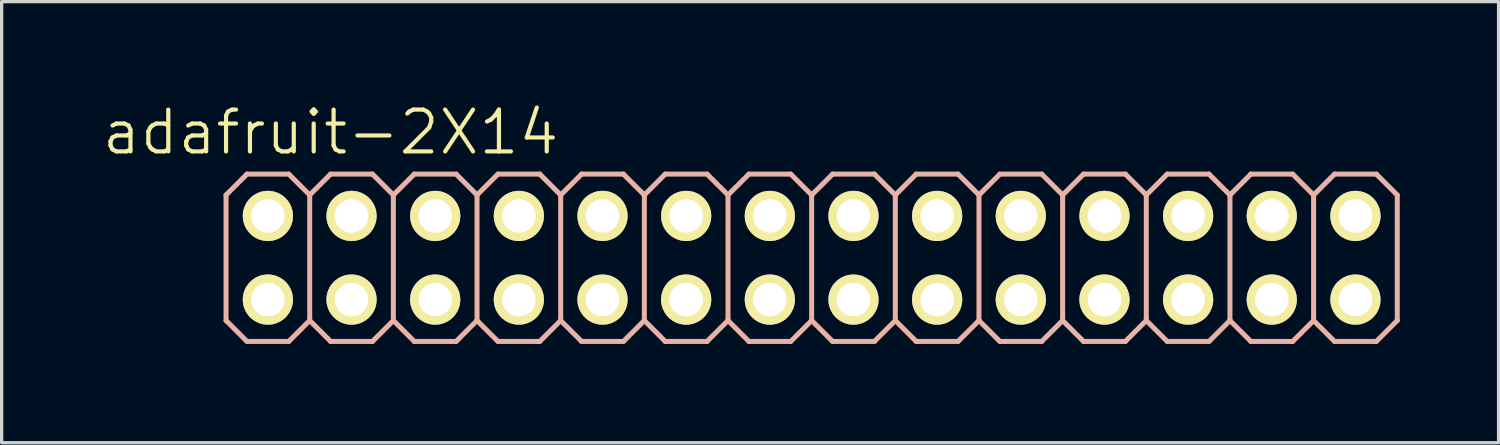
<source format=kicad_pcb>
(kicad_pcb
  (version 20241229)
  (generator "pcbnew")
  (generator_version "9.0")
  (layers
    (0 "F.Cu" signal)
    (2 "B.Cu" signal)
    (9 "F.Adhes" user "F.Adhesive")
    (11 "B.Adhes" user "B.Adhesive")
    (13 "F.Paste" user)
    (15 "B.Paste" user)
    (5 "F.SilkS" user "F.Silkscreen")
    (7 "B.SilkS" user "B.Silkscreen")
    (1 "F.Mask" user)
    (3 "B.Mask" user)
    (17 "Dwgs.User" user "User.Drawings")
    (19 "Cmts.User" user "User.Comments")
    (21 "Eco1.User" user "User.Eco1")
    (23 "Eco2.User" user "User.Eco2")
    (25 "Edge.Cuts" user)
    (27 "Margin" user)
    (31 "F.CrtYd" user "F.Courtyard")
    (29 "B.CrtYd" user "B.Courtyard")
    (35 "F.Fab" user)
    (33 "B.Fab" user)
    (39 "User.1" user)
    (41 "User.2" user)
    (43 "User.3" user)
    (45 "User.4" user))
  (footprint "adafruit-2X14"
    (layer "F.Cu")
    (at 21.593 4.776)
    (property "Reference" "adafruit-2X14" (at -14.605 -3.81 0) (layer "F.SilkS") (effects (font (size 1.27 1.27) (thickness 0.127))))
    (attr exclude_from_pos_files exclude_from_bom)
    (fp_line (start -16.764 -1.524) (end -16.256 -1.524) (stroke (width 0.066) (type solid)) (layer "F.SilkS"))
    (fp_line (start -16.764 -1.016) (end -16.764 -1.524) (stroke (width 0.066) (type solid)) (layer "F.SilkS"))
    (fp_line (start -16.764 -1.016) (end -16.256 -1.016) (stroke (width 0.066) (type solid)) (layer "F.SilkS"))
    (fp_line (start -16.764 1.016) (end -16.256 1.016) (stroke (width 0.066) (type solid)) (layer "F.SilkS"))
    (fp_line (start -16.764 1.524) (end -16.764 1.016) (stroke (width 0.066) (type solid)) (layer "F.SilkS"))
    (fp_line (start -16.764 1.524) (end -16.256 1.524) (stroke (width 0.066) (type solid)) (layer "F.SilkS"))
    (fp_line (start -16.256 -1.016) (end -16.256 -1.524) (stroke (width 0.066) (type solid)) (layer "F.SilkS"))
    (fp_line (start -16.256 1.524) (end -16.256 1.016) (stroke (width 0.066) (type solid)) (layer "F.SilkS"))
    (fp_line (start -14.224 -1.524) (end -13.716 -1.524) (stroke (width 0.066) (type solid)) (layer "F.SilkS"))
    (fp_line (start -14.224 -1.016) (end -14.224 -1.524) (stroke (width 0.066) (type solid)) (layer "F.SilkS"))
    (fp_line (start -14.224 -1.016) (end -13.716 -1.016) (stroke (width 0.066) (type solid)) (layer "F.SilkS"))
    (fp_line (start -14.224 1.016) (end -13.716 1.016) (stroke (width 0.066) (type solid)) (layer "F.SilkS"))
    (fp_line (start -14.224 1.524) (end -14.224 1.016) (stroke (width 0.066) (type solid)) (layer "F.SilkS"))
    (fp_line (start -14.224 1.524) (end -13.716 1.524) (stroke (width 0.066) (type solid)) (layer "F.SilkS"))
    (fp_line (start -13.716 -1.016) (end -13.716 -1.524) (stroke (width 0.066) (type solid)) (layer "F.SilkS"))
    (fp_line (start -13.716 1.524) (end -13.716 1.016) (stroke (width 0.066) (type solid)) (layer "F.SilkS"))
    (fp_line (start -11.684 -1.524) (end -11.176 -1.524) (stroke (width 0.066) (type solid)) (layer "F.SilkS"))
    (fp_line (start -11.684 -1.016) (end -11.684 -1.524) (stroke (width 0.066) (type solid)) (layer "F.SilkS"))
    (fp_line (start -11.684 -1.016) (end -11.176 -1.016) (stroke (width 0.066) (type solid)) (layer "F.SilkS"))
    (fp_line (start -11.684 1.016) (end -11.176 1.016) (stroke (width 0.066) (type solid)) (layer "F.SilkS"))
    (fp_line (start -11.684 1.524) (end -11.684 1.016) (stroke (width 0.066) (type solid)) (layer "F.SilkS"))
    (fp_line (start -11.684 1.524) (end -11.176 1.524) (stroke (width 0.066) (type solid)) (layer "F.SilkS"))
    (fp_line (start -11.176 -1.016) (end -11.176 -1.524) (stroke (width 0.066) (type solid)) (layer "F.SilkS"))
    (fp_line (start -11.176 1.524) (end -11.176 1.016) (stroke (width 0.066) (type solid)) (layer "F.SilkS"))
    (fp_line (start -9.144 -1.524) (end -8.636 -1.524) (stroke (width 0.066) (type solid)) (layer "F.SilkS"))
    (fp_line (start -9.144 -1.016) (end -9.144 -1.524) (stroke (width 0.066) (type solid)) (layer "F.SilkS"))
    (fp_line (start -9.144 -1.016) (end -8.636 -1.016) (stroke (width 0.066) (type solid)) (layer "F.SilkS"))
    (fp_line (start -9.144 1.016) (end -8.636 1.016) (stroke (width 0.066) (type solid)) (layer "F.SilkS"))
    (fp_line (start -9.144 1.524) (end -9.144 1.016) (stroke (width 0.066) (type solid)) (layer "F.SilkS"))
    (fp_line (start -9.144 1.524) (end -8.636 1.524) (stroke (width 0.066) (type solid)) (layer "F.SilkS"))
    (fp_line (start -8.636 -1.016) (end -8.636 -1.524) (stroke (width 0.066) (type solid)) (layer "F.SilkS"))
    (fp_line (start -8.636 1.524) (end -8.636 1.016) (stroke (width 0.066) (type solid)) (layer "F.SilkS"))
    (fp_line (start -6.604 -1.524) (end -6.096 -1.524) (stroke (width 0.066) (type solid)) (layer "F.SilkS"))
    (fp_line (start -6.604 -1.016) (end -6.604 -1.524) (stroke (width 0.066) (type solid)) (layer "F.SilkS"))
    (fp_line (start -6.604 -1.016) (end -6.096 -1.016) (stroke (width 0.066) (type solid)) (layer "F.SilkS"))
    (fp_line (start -6.604 1.016) (end -6.096 1.016) (stroke (width 0.066) (type solid)) (layer "F.SilkS"))
    (fp_line (start -6.604 1.524) (end -6.604 1.016) (stroke (width 0.066) (type solid)) (layer "F.SilkS"))
    (fp_line (start -6.604 1.524) (end -6.096 1.524) (stroke (width 0.066) (type solid)) (layer "F.SilkS"))
    (fp_line (start -6.096 -1.016) (end -6.096 -1.524) (stroke (width 0.066) (type solid)) (layer "F.SilkS"))
    (fp_line (start -6.096 1.524) (end -6.096 1.016) (stroke (width 0.066) (type solid)) (layer "F.SilkS"))
    (fp_line (start -4.064 -1.524) (end -3.556 -1.524) (stroke (width 0.066) (type solid)) (layer "F.SilkS"))
    (fp_line (start -4.064 -1.016) (end -4.064 -1.524) (stroke (width 0.066) (type solid)) (layer "F.SilkS"))
    (fp_line (start -4.064 -1.016) (end -3.556 -1.016) (stroke (width 0.066) (type solid)) (layer "F.SilkS"))
    (fp_line (start -4.064 1.016) (end -3.556 1.016) (stroke (width 0.066) (type solid)) (layer "F.SilkS"))
    (fp_line (start -4.064 1.524) (end -4.064 1.016) (stroke (width 0.066) (type solid)) (layer "F.SilkS"))
    (fp_line (start -4.064 1.524) (end -3.556 1.524) (stroke (width 0.066) (type solid)) (layer "F.SilkS"))
    (fp_line (start -3.556 -1.016) (end -3.556 -1.524) (stroke (width 0.066) (type solid)) (layer "F.SilkS"))
    (fp_line (start -3.556 1.524) (end -3.556 1.016) (stroke (width 0.066) (type solid)) (layer "F.SilkS"))
    (fp_line (start -1.524 -1.524) (end -1.016 -1.524) (stroke (width 0.066) (type solid)) (layer "F.SilkS"))
    (fp_line (start -1.524 -1.016) (end -1.524 -1.524) (stroke (width 0.066) (type solid)) (layer "F.SilkS"))
    (fp_line (start -1.524 -1.016) (end -1.016 -1.016) (stroke (width 0.066) (type solid)) (layer "F.SilkS"))
    (fp_line (start -1.524 1.016) (end -1.016 1.016) (stroke (width 0.066) (type solid)) (layer "F.SilkS"))
    (fp_line (start -1.524 1.524) (end -1.524 1.016) (stroke (width 0.066) (type solid)) (layer "F.SilkS"))
    (fp_line (start -1.524 1.524) (end -1.016 1.524) (stroke (width 0.066) (type solid)) (layer "F.SilkS"))
    (fp_line (start -1.016 -1.016) (end -1.016 -1.524) (stroke (width 0.066) (type solid)) (layer "F.SilkS"))
    (fp_line (start -1.016 1.524) (end -1.016 1.016) (stroke (width 0.066) (type solid)) (layer "F.SilkS"))
    (fp_line (start 1.016 -1.524) (end 1.524 -1.524) (stroke (width 0.066) (type solid)) (layer "F.SilkS"))
    (fp_line (start 1.016 -1.016) (end 1.016 -1.524) (stroke (width 0.066) (type solid)) (layer "F.SilkS"))
    (fp_line (start 1.016 -1.016) (end 1.524 -1.016) (stroke (width 0.066) (type solid)) (layer "F.SilkS"))
    (fp_line (start 1.016 1.016) (end 1.524 1.016) (stroke (width 0.066) (type solid)) (layer "F.SilkS"))
    (fp_line (start 1.016 1.524) (end 1.016 1.016) (stroke (width 0.066) (type solid)) (layer "F.SilkS"))
    (fp_line (start 1.016 1.524) (end 1.524 1.524) (stroke (width 0.066) (type solid)) (layer "F.SilkS"))
    (fp_line (start 1.524 -1.016) (end 1.524 -1.524) (stroke (width 0.066) (type solid)) (layer "F.SilkS"))
    (fp_line (start 1.524 1.524) (end 1.524 1.016) (stroke (width 0.066) (type solid)) (layer "F.SilkS"))
    (fp_line (start 3.556 -1.524) (end 4.064 -1.524) (stroke (width 0.066) (type solid)) (layer "F.SilkS"))
    (fp_line (start 3.556 -1.016) (end 3.556 -1.524) (stroke (width 0.066) (type solid)) (layer "F.SilkS"))
    (fp_line (start 3.556 -1.016) (end 4.064 -1.016) (stroke (width 0.066) (type solid)) (layer "F.SilkS"))
    (fp_line (start 3.556 1.016) (end 4.064 1.016) (stroke (width 0.066) (type solid)) (layer "F.SilkS"))
    (fp_line (start 3.556 1.524) (end 3.556 1.016) (stroke (width 0.066) (type solid)) (layer "F.SilkS"))
    (fp_line (start 3.556 1.524) (end 4.064 1.524) (stroke (width 0.066) (type solid)) (layer "F.SilkS"))
    (fp_line (start 4.064 -1.016) (end 4.064 -1.524) (stroke (width 0.066) (type solid)) (layer "F.SilkS"))
    (fp_line (start 4.064 1.524) (end 4.064 1.016) (stroke (width 0.066) (type solid)) (layer "F.SilkS"))
    (fp_line (start 6.096 -1.524) (end 6.604 -1.524) (stroke (width 0.066) (type solid)) (layer "F.SilkS"))
    (fp_line (start 6.096 -1.016) (end 6.096 -1.524) (stroke (width 0.066) (type solid)) (layer "F.SilkS"))
    (fp_line (start 6.096 -1.016) (end 6.604 -1.016) (stroke (width 0.066) (type solid)) (layer "F.SilkS"))
    (fp_line (start 6.096 1.016) (end 6.604 1.016) (stroke (width 0.066) (type solid)) (layer "F.SilkS"))
    (fp_line (start 6.096 1.524) (end 6.096 1.016) (stroke (width 0.066) (type solid)) (layer "F.SilkS"))
    (fp_line (start 6.096 1.524) (end 6.604 1.524) (stroke (width 0.066) (type solid)) (layer "F.SilkS"))
    (fp_line (start 6.604 -1.016) (end 6.604 -1.524) (stroke (width 0.066) (type solid)) (layer "F.SilkS"))
    (fp_line (start 6.604 1.524) (end 6.604 1.016) (stroke (width 0.066) (type solid)) (layer "F.SilkS"))
    (fp_line (start 8.636 -1.524) (end 9.144 -1.524) (stroke (width 0.066) (type solid)) (layer "F.SilkS"))
    (fp_line (start 8.636 -1.016) (end 8.636 -1.524) (stroke (width 0.066) (type solid)) (layer "F.SilkS"))
    (fp_line (start 8.636 -1.016) (end 9.144 -1.016) (stroke (width 0.066) (type solid)) (layer "F.SilkS"))
    (fp_line (start 8.636 1.016) (end 9.144 1.016) (stroke (width 0.066) (type solid)) (layer "F.SilkS"))
    (fp_line (start 8.636 1.524) (end 8.636 1.016) (stroke (width 0.066) (type solid)) (layer "F.SilkS"))
    (fp_line (start 8.636 1.524) (end 9.144 1.524) (stroke (width 0.066) (type solid)) (layer "F.SilkS"))
    (fp_line (start 9.144 -1.016) (end 9.144 -1.524) (stroke (width 0.066) (type solid)) (layer "F.SilkS"))
    (fp_line (start 9.144 1.524) (end 9.144 1.016) (stroke (width 0.066) (type solid)) (layer "F.SilkS"))
    (fp_line (start 11.176 -1.524) (end 11.684 -1.524) (stroke (width 0.066) (type solid)) (layer "F.SilkS"))
    (fp_line (start 11.176 -1.016) (end 11.176 -1.524) (stroke (width 0.066) (type solid)) (layer "F.SilkS"))
    (fp_line (start 11.176 -1.016) (end 11.684 -1.016) (stroke (width 0.066) (type solid)) (layer "F.SilkS"))
    (fp_line (start 11.176 1.016) (end 11.684 1.016) (stroke (width 0.066) (type solid)) (layer "F.SilkS"))
    (fp_line (start 11.176 1.524) (end 11.176 1.016) (stroke (width 0.066) (type solid)) (layer "F.SilkS"))
    (fp_line (start 11.176 1.524) (end 11.684 1.524) (stroke (width 0.066) (type solid)) (layer "F.SilkS"))
    (fp_line (start 11.684 -1.016) (end 11.684 -1.524) (stroke (width 0.066) (type solid)) (layer "F.SilkS"))
    (fp_line (start 11.684 1.524) (end 11.684 1.016) (stroke (width 0.066) (type solid)) (layer "F.SilkS"))
    (fp_line (start 13.716 -1.524) (end 14.224 -1.524) (stroke (width 0.066) (type solid)) (layer "F.SilkS"))
    (fp_line (start 13.716 -1.016) (end 13.716 -1.524) (stroke (width 0.066) (type solid)) (layer "F.SilkS"))
    (fp_line (start 13.716 -1.016) (end 14.224 -1.016) (stroke (width 0.066) (type solid)) (layer "F.SilkS"))
    (fp_line (start 13.716 1.016) (end 14.224 1.016) (stroke (width 0.066) (type solid)) (layer "F.SilkS"))
    (fp_line (start 13.716 1.524) (end 13.716 1.016) (stroke (width 0.066) (type solid)) (layer "F.SilkS"))
    (fp_line (start 13.716 1.524) (end 14.224 1.524) (stroke (width 0.066) (type solid)) (layer "F.SilkS"))
    (fp_line (start 14.224 -1.016) (end 14.224 -1.524) (stroke (width 0.066) (type solid)) (layer "F.SilkS"))
    (fp_line (start 14.224 1.524) (end 14.224 1.016) (stroke (width 0.066) (type solid)) (layer "F.SilkS"))
    (fp_line (start 16.256 -1.524) (end 16.764 -1.524) (stroke (width 0.066) (type solid)) (layer "F.SilkS"))
    (fp_line (start 16.256 -1.016) (end 16.256 -1.524) (stroke (width 0.066) (type solid)) (layer "F.SilkS"))
    (fp_line (start 16.256 -1.016) (end 16.764 -1.016) (stroke (width 0.066) (type solid)) (layer "F.SilkS"))
    (fp_line (start 16.256 1.016) (end 16.764 1.016) (stroke (width 0.066) (type solid)) (layer "F.SilkS"))
    (fp_line (start 16.256 1.524) (end 16.256 1.016) (stroke (width 0.066) (type solid)) (layer "F.SilkS"))
    (fp_line (start 16.256 1.524) (end 16.764 1.524) (stroke (width 0.066) (type solid)) (layer "F.SilkS"))
    (fp_line (start 16.764 -1.016) (end 16.764 -1.524) (stroke (width 0.066) (type solid)) (layer "F.SilkS"))
    (fp_line (start 16.764 1.524) (end 16.764 1.016) (stroke (width 0.066) (type solid)) (layer "F.SilkS"))
    (fp_line (start -17.78 -1.905) (end -17.145 -2.54) (stroke (width 0.152) (type solid)) (layer "B.SilkS"))
    (fp_line (start -17.78 1.905) (end -17.78 -1.905) (stroke (width 0.152) (type solid)) (layer "B.SilkS"))
    (fp_line (start -17.78 1.905) (end -17.145 2.54) (stroke (width 0.152) (type solid)) (layer "B.SilkS"))
    (fp_line (start -17.145 -2.54) (end -15.875 -2.54) (stroke (width 0.152) (type solid)) (layer "B.SilkS"))
    (fp_line (start -17.145 2.54) (end -15.875 2.54) (stroke (width 0.152) (type solid)) (layer "B.SilkS"))
    (fp_line (start -15.875 -2.54) (end -15.24 -1.905) (stroke (width 0.152) (type solid)) (layer "B.SilkS"))
    (fp_line (start -15.875 2.54) (end -15.24 1.905) (stroke (width 0.152) (type solid)) (layer "B.SilkS"))
    (fp_line (start -15.24 -1.905) (end -15.24 1.905) (stroke (width 0.152) (type solid)) (layer "B.SilkS"))
    (fp_line (start -15.24 -1.905) (end -14.605 -2.54) (stroke (width 0.152) (type solid)) (layer "B.SilkS"))
    (fp_line (start -15.24 1.905) (end -14.605 2.54) (stroke (width 0.152) (type solid)) (layer "B.SilkS"))
    (fp_line (start -14.605 -2.54) (end -13.335 -2.54) (stroke (width 0.152) (type solid)) (layer "B.SilkS"))
    (fp_line (start -14.605 2.54) (end -13.335 2.54) (stroke (width 0.152) (type solid)) (layer "B.SilkS"))
    (fp_line (start -13.335 -2.54) (end -12.7 -1.905) (stroke (width 0.152) (type solid)) (layer "B.SilkS"))
    (fp_line (start -13.335 2.54) (end -12.7 1.905) (stroke (width 0.152) (type solid)) (layer "B.SilkS"))
    (fp_line (start -12.7 -1.905) (end -12.7 1.905) (stroke (width 0.152) (type solid)) (layer "B.SilkS"))
    (fp_line (start -12.7 -1.905) (end -12.065 -2.54) (stroke (width 0.152) (type solid)) (layer "B.SilkS"))
    (fp_line (start -12.7 1.905) (end -12.065 2.54) (stroke (width 0.152) (type solid)) (layer "B.SilkS"))
    (fp_line (start -12.065 -2.54) (end -10.795 -2.54) (stroke (width 0.152) (type solid)) (layer "B.SilkS"))
    (fp_line (start -12.065 2.54) (end -10.795 2.54) (stroke (width 0.152) (type solid)) (layer "B.SilkS"))
    (fp_line (start -10.795 -2.54) (end -10.16 -1.905) (stroke (width 0.152) (type solid)) (layer "B.SilkS"))
    (fp_line (start -10.795 2.54) (end -10.16 1.905) (stroke (width 0.152) (type solid)) (layer "B.SilkS"))
    (fp_line (start -10.16 -1.905) (end -10.16 1.905) (stroke (width 0.152) (type solid)) (layer "B.SilkS"))
    (fp_line (start -10.16 -1.905) (end -9.525 -2.54) (stroke (width 0.152) (type solid)) (layer "B.SilkS"))
    (fp_line (start -10.16 1.905) (end -9.525 2.54) (stroke (width 0.152) (type solid)) (layer "B.SilkS"))
    (fp_line (start -9.525 -2.54) (end -8.255 -2.54) (stroke (width 0.152) (type solid)) (layer "B.SilkS"))
    (fp_line (start -9.525 2.54) (end -8.255 2.54) (stroke (width 0.152) (type solid)) (layer "B.SilkS"))
    (fp_line (start -8.255 -2.54) (end -7.62 -1.905) (stroke (width 0.152) (type solid)) (layer "B.SilkS"))
    (fp_line (start -8.255 2.54) (end -7.62 1.905) (stroke (width 0.152) (type solid)) (layer "B.SilkS"))
    (fp_line (start -7.62 -1.905) (end -7.62 1.905) (stroke (width 0.152) (type solid)) (layer "B.SilkS"))
    (fp_line (start -7.62 -1.905) (end -6.985 -2.54) (stroke (width 0.152) (type solid)) (layer "B.SilkS"))
    (fp_line (start -7.62 1.905) (end -6.985 2.54) (stroke (width 0.152) (type solid)) (layer "B.SilkS"))
    (fp_line (start -6.985 -2.54) (end -5.715 -2.54) (stroke (width 0.152) (type solid)) (layer "B.SilkS"))
    (fp_line (start -6.985 2.54) (end -5.715 2.54) (stroke (width 0.152) (type solid)) (layer "B.SilkS"))
    (fp_line (start -5.715 -2.54) (end -5.08 -1.905) (stroke (width 0.152) (type solid)) (layer "B.SilkS"))
    (fp_line (start -5.715 2.54) (end -5.08 1.905) (stroke (width 0.152) (type solid)) (layer "B.SilkS"))
    (fp_line (start -5.08 -1.905) (end -5.08 1.905) (stroke (width 0.152) (type solid)) (layer "B.SilkS"))
    (fp_line (start -5.08 -1.905) (end -4.445 -2.54) (stroke (width 0.152) (type solid)) (layer "B.SilkS"))
    (fp_line (start -5.08 1.905) (end -4.445 2.54) (stroke (width 0.152) (type solid)) (layer "B.SilkS"))
    (fp_line (start -4.445 -2.54) (end -3.175 -2.54) (stroke (width 0.152) (type solid)) (layer "B.SilkS"))
    (fp_line (start -4.445 2.54) (end -3.175 2.54) (stroke (width 0.152) (type solid)) (layer "B.SilkS"))
    (fp_line (start -3.175 -2.54) (end -2.54 -1.905) (stroke (width 0.152) (type solid)) (layer "B.SilkS"))
    (fp_line (start -3.175 2.54) (end -2.54 1.905) (stroke (width 0.152) (type solid)) (layer "B.SilkS"))
    (fp_line (start -2.54 -1.905) (end -2.54 1.905) (stroke (width 0.152) (type solid)) (layer "B.SilkS"))
    (fp_line (start -2.54 -1.905) (end -1.905 -2.54) (stroke (width 0.152) (type solid)) (layer "B.SilkS"))
    (fp_line (start -2.54 1.905) (end -1.905 2.54) (stroke (width 0.152) (type solid)) (layer "B.SilkS"))
    (fp_line (start -1.905 -2.54) (end -0.635 -2.54) (stroke (width 0.152) (type solid)) (layer "B.SilkS"))
    (fp_line (start -0.635 -2.54) (end 0 -1.905) (stroke (width 0.152) (type solid)) (layer "B.SilkS"))
    (fp_line (start -0.635 2.54) (end -1.905 2.54) (stroke (width 0.152) (type solid)) (layer "B.SilkS"))
    (fp_line (start 0 -1.905) (end 0 1.905) (stroke (width 0.152) (type solid)) (layer "B.SilkS"))
    (fp_line (start 0 -1.905) (end 0.635 -2.54) (stroke (width 0.152) (type solid)) (layer "B.SilkS"))
    (fp_line (start 0 1.905) (end -0.635 2.54) (stroke (width 0.152) (type solid)) (layer "B.SilkS"))
    (fp_line (start 0 1.905) (end 0.635 2.54) (stroke (width 0.152) (type solid)) (layer "B.SilkS"))
    (fp_line (start 0.635 -2.54) (end 1.905 -2.54) (stroke (width 0.152) (type solid)) (layer "B.SilkS"))
    (fp_line (start 1.905 -2.54) (end 2.54 -1.905) (stroke (width 0.152) (type solid)) (layer "B.SilkS"))
    (fp_line (start 1.905 2.54) (end 0.635 2.54) (stroke (width 0.152) (type solid)) (layer "B.SilkS"))
    (fp_line (start 2.54 -1.905) (end 2.54 1.905) (stroke (width 0.152) (type solid)) (layer "B.SilkS"))
    (fp_line (start 2.54 -1.905) (end 3.175 -2.54) (stroke (width 0.152) (type solid)) (layer "B.SilkS"))
    (fp_line (start 2.54 1.905) (end 1.905 2.54) (stroke (width 0.152) (type solid)) (layer "B.SilkS"))
    (fp_line (start 2.54 1.905) (end 3.175 2.54) (stroke (width 0.152) (type solid)) (layer "B.SilkS"))
    (fp_line (start 3.175 -2.54) (end 4.445 -2.54) (stroke (width 0.152) (type solid)) (layer "B.SilkS"))
    (fp_line (start 4.445 -2.54) (end 5.08 -1.905) (stroke (width 0.152) (type solid)) (layer "B.SilkS"))
    (fp_line (start 4.445 2.54) (end 3.175 2.54) (stroke (width 0.152) (type solid)) (layer "B.SilkS"))
    (fp_line (start 5.08 -1.905) (end 5.08 1.905) (stroke (width 0.152) (type solid)) (layer "B.SilkS"))
    (fp_line (start 5.08 -1.905) (end 5.715 -2.54) (stroke (width 0.152) (type solid)) (layer "B.SilkS"))
    (fp_line (start 5.08 1.905) (end 4.445 2.54) (stroke (width 0.152) (type solid)) (layer "B.SilkS"))
    (fp_line (start 5.08 1.905) (end 5.715 2.54) (stroke (width 0.152) (type solid)) (layer "B.SilkS"))
    (fp_line (start 5.715 -2.54) (end 6.985 -2.54) (stroke (width 0.152) (type solid)) (layer "B.SilkS"))
    (fp_line (start 6.985 -2.54) (end 7.62 -1.905) (stroke (width 0.152) (type solid)) (layer "B.SilkS"))
    (fp_line (start 6.985 2.54) (end 5.715 2.54) (stroke (width 0.152) (type solid)) (layer "B.SilkS"))
    (fp_line (start 7.62 -1.905) (end 7.62 1.905) (stroke (width 0.152) (type solid)) (layer "B.SilkS"))
    (fp_line (start 7.62 -1.905) (end 8.255 -2.54) (stroke (width 0.152) (type solid)) (layer "B.SilkS"))
    (fp_line (start 7.62 1.905) (end 6.985 2.54) (stroke (width 0.152) (type solid)) (layer "B.SilkS"))
    (fp_line (start 7.62 1.905) (end 8.255 2.54) (stroke (width 0.152) (type solid)) (layer "B.SilkS"))
    (fp_line (start 8.255 -2.54) (end 9.525 -2.54) (stroke (width 0.152) (type solid)) (layer "B.SilkS"))
    (fp_line (start 9.525 -2.54) (end 10.16 -1.905) (stroke (width 0.152) (type solid)) (layer "B.SilkS"))
    (fp_line (start 9.525 2.54) (end 8.255 2.54) (stroke (width 0.152) (type solid)) (layer "B.SilkS"))
    (fp_line (start 10.16 -1.905) (end 10.16 1.905) (stroke (width 0.152) (type solid)) (layer "B.SilkS"))
    (fp_line (start 10.16 -1.905) (end 10.795 -2.54) (stroke (width 0.152) (type solid)) (layer "B.SilkS"))
    (fp_line (start 10.16 1.905) (end 9.525 2.54) (stroke (width 0.152) (type solid)) (layer "B.SilkS"))
    (fp_line (start 10.16 1.905) (end 10.795 2.54) (stroke (width 0.152) (type solid)) (layer "B.SilkS"))
    (fp_line (start 10.795 -2.54) (end 12.065 -2.54) (stroke (width 0.152) (type solid)) (layer "B.SilkS"))
    (fp_line (start 12.065 2.54) (end 10.795 2.54) (stroke (width 0.152) (type solid)) (layer "B.SilkS"))
    (fp_line (start 12.7 -1.905) (end 12.065 -2.54) (stroke (width 0.152) (type solid)) (layer "B.SilkS"))
    (fp_line (start 12.7 -1.905) (end 12.7 1.905) (stroke (width 0.152) (type solid)) (layer "B.SilkS"))
    (fp_line (start 12.7 -1.905) (end 13.335 -2.54) (stroke (width 0.152) (type solid)) (layer "B.SilkS"))
    (fp_line (start 12.7 1.905) (end 12.065 2.54) (stroke (width 0.152) (type solid)) (layer "B.SilkS"))
    (fp_line (start 12.7 1.905) (end 13.335 2.54) (stroke (width 0.152) (type solid)) (layer "B.SilkS"))
    (fp_line (start 14.605 -2.54) (end 13.335 -2.54) (stroke (width 0.152) (type solid)) (layer "B.SilkS"))
    (fp_line (start 14.605 -2.54) (end 15.24 -1.905) (stroke (width 0.152) (type solid)) (layer "B.SilkS"))
    (fp_line (start 14.605 2.54) (end 13.335 2.54) (stroke (width 0.152) (type solid)) (layer "B.SilkS"))
    (fp_line (start 15.24 -1.905) (end 15.24 1.905) (stroke (width 0.152) (type solid)) (layer "B.SilkS"))
    (fp_line (start 15.24 -1.905) (end 15.875 -2.54) (stroke (width 0.152) (type solid)) (layer "B.SilkS"))
    (fp_line (start 15.24 1.905) (end 14.605 2.54) (stroke (width 0.152) (type solid)) (layer "B.SilkS"))
    (fp_line (start 15.24 1.905) (end 15.875 2.54) (stroke (width 0.152) (type solid)) (layer "B.SilkS"))
    (fp_line (start 17.145 -2.54) (end 15.875 -2.54) (stroke (width 0.152) (type solid)) (layer "B.SilkS"))
    (fp_line (start 17.145 -2.54) (end 17.78 -1.905) (stroke (width 0.152) (type solid)) (layer "B.SilkS"))
    (fp_line (start 17.145 2.54) (end 15.875 2.54) (stroke (width 0.152) (type solid)) (layer "B.SilkS"))
    (fp_line (start 17.78 -1.905) (end 17.78 1.905) (stroke (width 0.152) (type solid)) (layer "B.SilkS"))
    (fp_line (start 17.78 1.905) (end 17.145 2.54) (stroke (width 0.152) (type solid)) (layer "B.SilkS"))
    (pad "1" thru_hole circle (at -16.51 1.27) (size 1.524 1.524) (drill 1.016) (layers "*.Cu" "F.Mask" "F.SilkS" "F.Paste"))
    (pad "2" thru_hole circle (at -16.51 -1.27) (size 1.524 1.524) (drill 1.016) (layers "*.Cu" "F.Mask" "F.SilkS" "F.Paste"))
    (pad "3" thru_hole circle (at -13.97 1.27) (size 1.524 1.524) (drill 1.016) (layers "*.Cu" "F.Mask" "F.SilkS" "F.Paste"))
    (pad "4" thru_hole circle (at -13.97 -1.27) (size 1.524 1.524) (drill 1.016) (layers "*.Cu" "F.Mask" "F.SilkS" "F.Paste"))
    (pad "5" thru_hole circle (at -11.43 1.27) (size 1.524 1.524) (drill 1.016) (layers "*.Cu" "F.Mask" "F.SilkS" "F.Paste"))
    (pad "6" thru_hole circle (at -11.43 -1.27) (size 1.524 1.524) (drill 1.016) (layers "*.Cu" "F.Mask" "F.SilkS" "F.Paste"))
    (pad "7" thru_hole circle (at -8.89 1.27) (size 1.524 1.524) (drill 1.016) (layers "*.Cu" "F.Mask" "F.SilkS" "F.Paste"))
    (pad "8" thru_hole circle (at -8.89 -1.27) (size 1.524 1.524) (drill 1.016) (layers "*.Cu" "F.Mask" "F.SilkS" "F.Paste"))
    (pad "9" thru_hole circle (at -6.35 1.27) (size 1.524 1.524) (drill 1.016) (layers "*.Cu" "F.Mask" "F.SilkS" "F.Paste"))
    (pad "10" thru_hole circle (at -6.35 -1.27) (size 1.524 1.524) (drill 1.016) (layers "*.Cu" "F.Mask" "F.SilkS" "F.Paste"))
    (pad "11" thru_hole circle (at -3.81 1.27) (size 1.524 1.524) (drill 1.016) (layers "*.Cu" "F.Mask" "F.SilkS" "F.Paste"))
    (pad "12" thru_hole circle (at -3.81 -1.27) (size 1.524 1.524) (drill 1.016) (layers "*.Cu" "F.Mask" "F.SilkS" "F.Paste"))
    (pad "13" thru_hole circle (at -1.27 1.27) (size 1.524 1.524) (drill 1.016) (layers "*.Cu" "F.Mask" "F.SilkS" "F.Paste"))
    (pad "14" thru_hole circle (at -1.27 -1.27) (size 1.524 1.524) (drill 1.016) (layers "*.Cu" "F.Mask" "F.SilkS" "F.Paste"))
    (pad "15" thru_hole circle (at 1.27 1.27) (size 1.524 1.524) (drill 1.016) (layers "*.Cu" "F.Mask" "F.SilkS" "F.Paste"))
    (pad "16" thru_hole circle (at 1.27 -1.27) (size 1.524 1.524) (drill 1.016) (layers "*.Cu" "F.Mask" "F.SilkS" "F.Paste"))
    (pad "17" thru_hole circle (at 3.81 1.27) (size 1.524 1.524) (drill 1.016) (layers "*.Cu" "F.Mask" "F.SilkS" "F.Paste"))
    (pad "18" thru_hole circle (at 3.81 -1.27) (size 1.524 1.524) (drill 1.016) (layers "*.Cu" "F.Mask" "F.SilkS" "F.Paste"))
    (pad "19" thru_hole circle (at 6.35 1.27) (size 1.524 1.524) (drill 1.016) (layers "*.Cu" "F.Mask" "F.SilkS" "F.Paste"))
    (pad "20" thru_hole circle (at 6.35 -1.27) (size 1.524 1.524) (drill 1.016) (layers "*.Cu" "F.Mask" "F.SilkS" "F.Paste"))
    (pad "21" thru_hole circle (at 8.89 1.27) (size 1.524 1.524) (drill 1.016) (layers "*.Cu" "F.Mask" "F.SilkS" "F.Paste"))
    (pad "22" thru_hole circle (at 8.89 -1.27) (size 1.524 1.524) (drill 1.016) (layers "*.Cu" "F.Mask" "F.SilkS" "F.Paste"))
    (pad "23" thru_hole circle (at 11.43 1.27) (size 1.524 1.524) (drill 1.016) (layers "*.Cu" "F.Mask" "F.SilkS" "F.Paste"))
    (pad "24" thru_hole circle (at 11.43 -1.27) (size 1.524 1.524) (drill 1.016) (layers "*.Cu" "F.Mask" "F.SilkS" "F.Paste"))
    (pad "25" thru_hole circle (at 13.97 1.27) (size 1.524 1.524) (drill 1.016) (layers "*.Cu" "F.Mask" "F.SilkS" "F.Paste"))
    (pad "26" thru_hole circle (at 13.97 -1.27) (size 1.524 1.524) (drill 1.016) (layers "*.Cu" "F.Mask" "F.SilkS" "F.Paste"))
    (pad "27" thru_hole circle (at 16.51 1.27) (size 1.524 1.524) (drill 1.016) (layers "*.Cu" "F.Mask" "F.SilkS" "F.Paste"))
    (pad "28" thru_hole circle (at 16.51 -1.27) (size 1.524 1.524) (drill 1.016) (layers "*.Cu" "F.Mask" "F.SilkS" "F.Paste")))
  (gr_rect
    (start -3 -3)
    (end 42.449 10.392)
    (stroke (width 0.1) (type default))
    (fill no)
    (layer "Edge.Cuts")))
</source>
